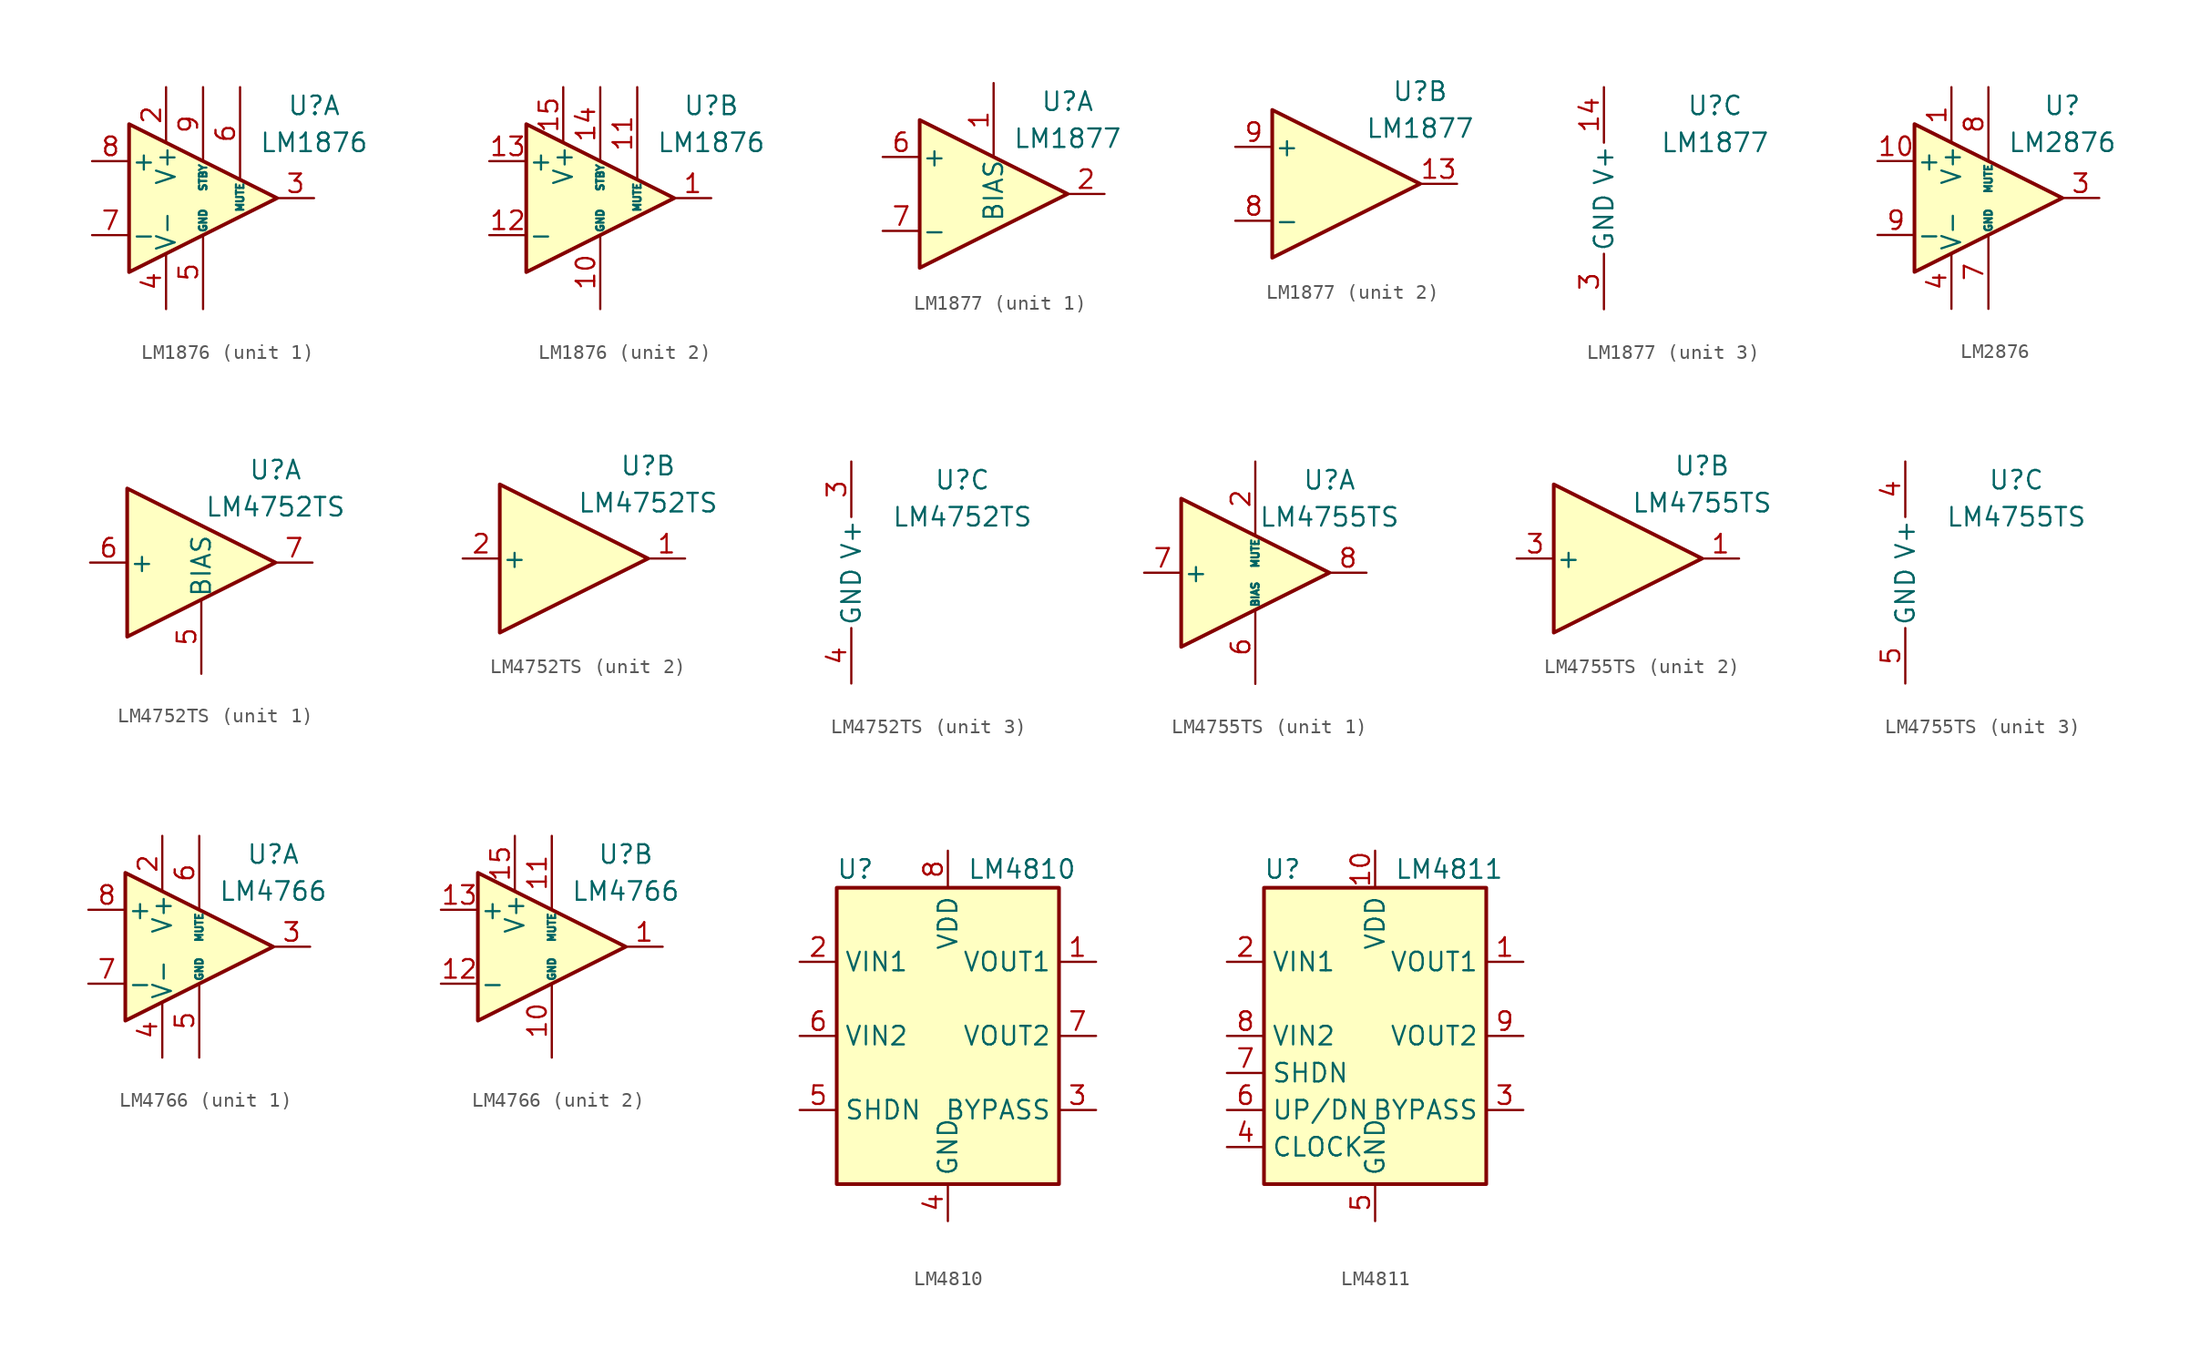
<source format=kicad_sym>
(kicad_symbol_lib
  (version 20241209)
  (generator "kicad_symbol_editor")
  (generator_version "9.0")
  (symbol "LM1876"
    (pin_names
      (offset 0.127))
    (property "Reference" "U"
      (at 7.62 6.35 0)
      (effects (font (size 1.27 1.27))))
    (property "Value" "LM1876"
      (at 7.62 3.81 0)
      (effects (font (size 1.27 1.27))))
    (property "ki_locked" ""
      (at 0 0 0)
      (effects (font (size 1.27 1.27))))
    (symbol "LM1876_0_1"
      (polyline (pts (xy -5.08 5.08) (xy 5.08 0) (xy -5.08 -5.08) (xy -5.08 5.08)) (stroke (width 0.254) (type default)) (fill (type background))))
    (symbol "LM1876_1_1"
      (pin input line (at -7.62 2.54 0) (length 2.54) (name "+" (effects (font (size 1.27 1.27)))) (number "8" (effects (font (size 1.27 1.27)))))
      (pin input line (at -7.62 -2.54 0) (length 2.54) (name "-" (effects (font (size 1.27 1.27)))) (number "7" (effects (font (size 1.27 1.27)))))
      (pin power_in line (at -2.54 7.62 270) (length 3.81) (name "V+" (effects (font (size 1.27 1.27)))) (number "2" (effects (font (size 1.27 1.27)))))
      (pin power_in line (at -2.54 -7.62 90) (length 3.81) (name "V-" (effects (font (size 1.27 1.27)))) (number "4" (effects (font (size 1.27 1.27)))))
      (pin input line (at 0 7.62 270) (length 5.08) (name "STBY" (effects (font (size 0.508 0.508)))) (number "9" (effects (font (size 1.27 1.27)))))
      (pin power_in line (at 0 -7.62 90) (length 5.08) (name "GND" (effects (font (size 0.508 0.508)))) (number "5" (effects (font (size 1.27 1.27)))))
      (pin input line (at 2.54 7.62 270) (length 6.35) (name "MUTE" (effects (font (size 0.508 0.508)))) (number "6" (effects (font (size 1.27 1.27)))))
      (pin output line (at 7.62 0 180) (length 2.54) (name "~" (effects (font (size 1.27 1.27)))) (number "3" (effects (font (size 1.27 1.27))))))
    (symbol "LM1876_2_1"
      (pin input line (at -7.62 2.54 0) (length 2.54) (name "+" (effects (font (size 1.27 1.27)))) (number "13" (effects (font (size 1.27 1.27)))))
      (pin input line (at -7.62 -2.54 0) (length 2.54) (name "-" (effects (font (size 1.27 1.27)))) (number "12" (effects (font (size 1.27 1.27)))))
      (pin power_in line (at -2.54 7.62 270) (length 3.81) (name "V+" (effects (font (size 1.27 1.27)))) (number "15" (effects (font (size 1.27 1.27)))))
      (pin input line (at 0 7.62 270) (length 5.08) (name "STBY" (effects (font (size 0.508 0.508)))) (number "14" (effects (font (size 1.27 1.27)))))
      (pin power_in line (at 0 -7.62 90) (length 5.08) (name "GND" (effects (font (size 0.508 0.508)))) (number "10" (effects (font (size 1.27 1.27)))))
      (pin input line (at 2.54 7.62 270) (length 6.35) (name "MUTE" (effects (font (size 0.508 0.508)))) (number "11" (effects (font (size 1.27 1.27)))))
      (pin output line (at 7.62 0 180) (length 2.54) (name "~" (effects (font (size 1.27 1.27)))) (number "1" (effects (font (size 1.27 1.27)))))))
  (symbol "LM1877"
    (pin_names
      (offset 0.127))
    (property "Reference" "U"
      (at 5.08 6.35 0)
      (effects (font (size 1.27 1.27))))
    (property "Value" "LM1877"
      (at 5.08 3.81 0)
      (effects (font (size 1.27 1.27))))
    (property "ki_locked" ""
      (at 0 0 0)
      (effects (font (size 1.27 1.27))))
    (symbol "LM1877_1_1"
      (polyline (pts (xy -5.08 5.08) (xy 5.08 0) (xy -5.08 -5.08) (xy -5.08 5.08)) (stroke (width 0.254) (type default)) (fill (type background)))
      (pin input line (at -7.62 2.54 0) (length 2.54) (name "+" (effects (font (size 1.27 1.27)))) (number "6" (effects (font (size 1.27 1.27)))))
      (pin input line (at -7.62 -2.54 0) (length 2.54) (name "-" (effects (font (size 1.27 1.27)))) (number "7" (effects (font (size 1.27 1.27)))))
      (pin input line (at 0 7.62 270) (length 5.08) (name "BIAS" (effects (font (size 1.27 1.27)))) (number "1" (effects (font (size 1.27 1.27)))))
      (pin output line (at 7.62 0 180) (length 2.54) (name "~" (effects (font (size 1.27 1.27)))) (number "2" (effects (font (size 1.27 1.27))))))
    (symbol "LM1877_2_1"
      (polyline (pts (xy -5.08 5.08) (xy 5.08 0) (xy -5.08 -5.08) (xy -5.08 5.08)) (stroke (width 0.254) (type default)) (fill (type background)))
      (pin input line (at -7.62 2.54 0) (length 2.54) (name "+" (effects (font (size 1.27 1.27)))) (number "9" (effects (font (size 1.27 1.27)))))
      (pin input line (at -7.62 -2.54 0) (length 2.54) (name "-" (effects (font (size 1.27 1.27)))) (number "8" (effects (font (size 1.27 1.27)))))
      (pin output line (at 7.62 0 180) (length 2.54) (name "~" (effects (font (size 1.27 1.27)))) (number "13" (effects (font (size 1.27 1.27))))))
    (symbol "LM1877_3_1"
      (pin power_in line (at -2.54 7.62 270) (length 3.81) (name "V+" (effects (font (size 1.27 1.27)))) (number "14" (effects (font (size 1.27 1.27)))))
      (pin passive line (at -2.54 -7.62 90) (length 3.81) (hide yes) (name "GND" (effects (font (size 1.27 1.27)))) (number "10" (effects (font (size 1.27 1.27)))))
      (pin passive line (at -2.54 -7.62 90) (length 3.81) (hide yes) (name "GND" (effects (font (size 1.27 1.27)))) (number "11" (effects (font (size 1.27 1.27)))))
      (pin passive line (at -2.54 -7.62 90) (length 3.81) (hide yes) (name "GND" (effects (font (size 1.27 1.27)))) (number "12" (effects (font (size 1.27 1.27)))))
      (pin power_in line (at -2.54 -7.62 90) (length 3.81) (name "GND" (effects (font (size 1.27 1.27)))) (number "3" (effects (font (size 1.27 1.27)))))
      (pin passive line (at -2.54 -7.62 90) (length 3.81) (hide yes) (name "GND" (effects (font (size 1.27 1.27)))) (number "4" (effects (font (size 1.27 1.27)))))
      (pin passive line (at -2.54 -7.62 90) (length 3.81) (hide yes) (name "GND" (effects (font (size 1.27 1.27)))) (number "5" (effects (font (size 1.27 1.27)))))))
  (symbol "LM2876"
    (pin_names
      (offset 0.127))
    (property "Reference" "U"
      (at 5.08 6.35 0)
      (effects (font (size 1.27 1.27))))
    (property "Value" "LM2876"
      (at 5.08 3.81 0)
      (effects (font (size 1.27 1.27))))
    (symbol "LM2876_0_1"
      (polyline (pts (xy -5.08 5.08) (xy 5.08 0) (xy -5.08 -5.08) (xy -5.08 5.08)) (stroke (width 0.254) (type default)) (fill (type background))))
    (symbol "LM2876_1_1"
      (pin input line (at -7.62 2.54 0) (length 2.54) (name "+" (effects (font (size 1.27 1.27)))) (number "10" (effects (font (size 1.27 1.27)))))
      (pin input line (at -7.62 -2.54 0) (length 2.54) (name "-" (effects (font (size 1.27 1.27)))) (number "9" (effects (font (size 1.27 1.27)))))
      (pin no_connect line (at -5.08 5.08 270) (length 2.54) (hide yes) (name "NC" (effects (font (size 1.27 1.27)))) (number "11" (effects (font (size 1.27 1.27)))))
      (pin no_connect line (at -5.08 -5.08 90) (length 2.54) (hide yes) (name "NC" (effects (font (size 1.27 1.27)))) (number "6" (effects (font (size 1.27 1.27)))))
      (pin power_in line (at -2.54 7.62 270) (length 3.81) (name "V+" (effects (font (size 1.27 1.27)))) (number "1" (effects (font (size 1.27 1.27)))))
      (pin no_connect line (at -2.54 3.81 270) (length 2.54) (hide yes) (name "NC" (effects (font (size 1.27 1.27)))) (number "2" (effects (font (size 1.27 1.27)))))
      (pin no_connect line (at -2.54 -3.81 270) (length 3.81) (hide yes) (name "NC" (effects (font (size 1.27 1.27)))) (number "5" (effects (font (size 1.27 1.27)))))
      (pin power_in line (at -2.54 -7.62 90) (length 3.81) (name "V-" (effects (font (size 1.27 1.27)))) (number "4" (effects (font (size 1.27 1.27)))))
      (pin input line (at 0 7.62 270) (length 5.08) (name "MUTE" (effects (font (size 0.508 0.508)))) (number "8" (effects (font (size 1.27 1.27)))))
      (pin power_in line (at 0 -7.62 90) (length 5.08) (name "GND" (effects (font (size 0.508 0.508)))) (number "7" (effects (font (size 1.27 1.27)))))
      (pin output line (at 7.62 0 180) (length 2.54) (name "~" (effects (font (size 1.27 1.27)))) (number "3" (effects (font (size 1.27 1.27)))))))
  (symbol "LM4752TS"
    (pin_names
      (offset 0.127))
    (property "Reference" "U"
      (at 5.08 6.35 0)
      (effects (font (size 1.27 1.27))))
    (property "Value" "LM4752TS"
      (at 5.08 3.81 0)
      (effects (font (size 1.27 1.27))))
    (property "ki_locked" ""
      (at 0 0 0)
      (effects (font (size 1.27 1.27))))
    (symbol "LM4752TS_1_1"
      (polyline (pts (xy -5.08 5.08) (xy 5.08 0) (xy -5.08 -5.08) (xy -5.08 5.08)) (stroke (width 0.254) (type default)) (fill (type background)))
      (pin input line (at -7.62 0 0) (length 2.54) (name "+" (effects (font (size 1.27 1.27)))) (number "6" (effects (font (size 1.27 1.27)))))
      (pin input line (at 0 -7.62 90) (length 5.08) (name "BIAS" (effects (font (size 1.27 1.27)))) (number "5" (effects (font (size 1.27 1.27)))))
      (pin output line (at 7.62 0 180) (length 2.54) (name "~" (effects (font (size 1.27 1.27)))) (number "7" (effects (font (size 1.27 1.27))))))
    (symbol "LM4752TS_2_1"
      (polyline (pts (xy -5.08 5.08) (xy 5.08 0) (xy -5.08 -5.08) (xy -5.08 5.08)) (stroke (width 0.254) (type default)) (fill (type background)))
      (pin input line (at -7.62 0 0) (length 2.54) (name "+" (effects (font (size 1.27 1.27)))) (number "2" (effects (font (size 1.27 1.27)))))
      (pin output line (at 7.62 0 180) (length 2.54) (name "~" (effects (font (size 1.27 1.27)))) (number "1" (effects (font (size 1.27 1.27))))))
    (symbol "LM4752TS_3_1"
      (pin power_in line (at -2.54 7.62 270) (length 3.81) (name "V+" (effects (font (size 1.27 1.27)))) (number "3" (effects (font (size 1.27 1.27)))))
      (pin power_in line (at -2.54 -7.62 90) (length 3.81) (name "GND" (effects (font (size 1.27 1.27)))) (number "4" (effects (font (size 1.27 1.27)))))))
  (symbol "LM4755TS"
    (pin_names
      (offset 0.127))
    (property "Reference" "U"
      (at 5.08 6.35 0)
      (effects (font (size 1.27 1.27))))
    (property "Value" "LM4755TS"
      (at 5.08 3.81 0)
      (effects (font (size 1.27 1.27))))
    (property "ki_locked" ""
      (at 0 0 0)
      (effects (font (size 1.27 1.27))))
    (symbol "LM4755TS_1_1"
      (polyline (pts (xy -5.08 5.08) (xy 5.08 0) (xy -5.08 -5.08) (xy -5.08 5.08)) (stroke (width 0.254) (type default)) (fill (type background)))
      (pin input line (at -7.62 0 0) (length 2.54) (name "+" (effects (font (size 1.27 1.27)))) (number "7" (effects (font (size 1.27 1.27)))))
      (pin input line (at 0 7.62 270) (length 5.08) (name "MUTE" (effects (font (size 0.508 0.508)))) (number "2" (effects (font (size 1.27 1.27)))))
      (pin no_connect line (at 0 2.54 270) (length 2.54) (hide yes) (name "NC" (effects (font (size 1.27 1.27)))) (number "9" (effects (font (size 1.27 1.27)))))
      (pin input line (at 0 -7.62 90) (length 5.08) (name "BIAS" (effects (font (size 0.508 0.508)))) (number "6" (effects (font (size 1.27 1.27)))))
      (pin output line (at 7.62 0 180) (length 2.54) (name "~" (effects (font (size 1.27 1.27)))) (number "8" (effects (font (size 1.27 1.27))))))
    (symbol "LM4755TS_2_1"
      (polyline (pts (xy -5.08 5.08) (xy 5.08 0) (xy -5.08 -5.08) (xy -5.08 5.08)) (stroke (width 0.254) (type default)) (fill (type background)))
      (pin input line (at -7.62 0 0) (length 2.54) (name "+" (effects (font (size 1.27 1.27)))) (number "3" (effects (font (size 1.27 1.27)))))
      (pin output line (at 7.62 0 180) (length 2.54) (name "~" (effects (font (size 1.27 1.27)))) (number "1" (effects (font (size 1.27 1.27))))))
    (symbol "LM4755TS_3_1"
      (pin power_in line (at -2.54 7.62 270) (length 3.81) (name "V+" (effects (font (size 1.27 1.27)))) (number "4" (effects (font (size 1.27 1.27)))))
      (pin power_in line (at -2.54 -7.62 90) (length 3.81) (name "GND" (effects (font (size 1.27 1.27)))) (number "5" (effects (font (size 1.27 1.27)))))))
  (symbol "LM4766"
    (pin_names
      (offset 0.127))
    (property "Reference" "U"
      (at 5.08 6.35 0)
      (effects (font (size 1.27 1.27))))
    (property "Value" "LM4766"
      (at 5.08 3.81 0)
      (effects (font (size 1.27 1.27))))
    (property "ki_locked" ""
      (at 0 0 0)
      (effects (font (size 1.27 1.27))))
    (symbol "LM4766_0_1"
      (polyline (pts (xy -5.08 5.08) (xy 5.08 0) (xy -5.08 -5.08) (xy -5.08 5.08)) (stroke (width 0.254) (type default)) (fill (type background))))
    (symbol "LM4766_1_1"
      (pin input line (at -7.62 2.54 0) (length 2.54) (name "+" (effects (font (size 1.27 1.27)))) (number "8" (effects (font (size 1.27 1.27)))))
      (pin input line (at -7.62 -2.54 0) (length 2.54) (name "-" (effects (font (size 1.27 1.27)))) (number "7" (effects (font (size 1.27 1.27)))))
      (pin power_in line (at -2.54 7.62 270) (length 3.81) (name "V+" (effects (font (size 1.27 1.27)))) (number "2" (effects (font (size 1.27 1.27)))))
      (pin power_in line (at -2.54 -7.62 90) (length 3.81) (name "V-" (effects (font (size 1.27 1.27)))) (number "4" (effects (font (size 1.27 1.27)))))
      (pin input line (at 0 7.62 270) (length 5.08) (name "MUTE" (effects (font (size 0.508 0.508)))) (number "6" (effects (font (size 1.27 1.27)))))
      (pin no_connect line (at 0 2.54 270) (length 2.54) (hide yes) (name "NC" (effects (font (size 1.27 1.27)))) (number "9" (effects (font (size 1.27 1.27)))))
      (pin power_in line (at 0 -7.62 90) (length 5.08) (name "GND" (effects (font (size 0.508 0.508)))) (number "5" (effects (font (size 1.27 1.27)))))
      (pin output line (at 7.62 0 180) (length 2.54) (name "~" (effects (font (size 1.27 1.27)))) (number "3" (effects (font (size 1.27 1.27))))))
    (symbol "LM4766_2_1"
      (pin input line (at -7.62 2.54 0) (length 2.54) (name "+" (effects (font (size 1.27 1.27)))) (number "13" (effects (font (size 1.27 1.27)))))
      (pin input line (at -7.62 -2.54 0) (length 2.54) (name "-" (effects (font (size 1.27 1.27)))) (number "12" (effects (font (size 1.27 1.27)))))
      (pin power_in line (at -2.54 7.62 270) (length 3.81) (name "V+" (effects (font (size 1.27 1.27)))) (number "15" (effects (font (size 1.27 1.27)))))
      (pin input line (at 0 7.62 270) (length 5.08) (name "MUTE" (effects (font (size 0.508 0.508)))) (number "11" (effects (font (size 1.27 1.27)))))
      (pin no_connect line (at 0 2.54 270) (length 2.54) (hide yes) (name "NC" (effects (font (size 1.27 1.27)))) (number "14" (effects (font (size 1.27 1.27)))))
      (pin power_in line (at 0 -7.62 90) (length 5.08) (name "GND" (effects (font (size 0.508 0.508)))) (number "10" (effects (font (size 1.27 1.27)))))
      (pin output line (at 7.62 0 180) (length 2.54) (name "~" (effects (font (size 1.27 1.27)))) (number "1" (effects (font (size 1.27 1.27)))))))
  (symbol "LM4810"
    (property "Reference" "U"
      (at -6.35 11.43 0)
      (effects (font (size 1.27 1.27))))
    (property "Value" "LM4810"
      (at 5.08 11.43 0)
      (effects (font (size 1.27 1.27))))
    (symbol "LM4810_0_1"
      (rectangle (start -7.62 10.16) (end 7.62 -10.16) (stroke (width 0.254) (type default)) (fill (type background))))
    (symbol "LM4810_1_1"
      (pin input line (at -10.16 5.08 0) (length 2.54) (name "VIN1" (effects (font (size 1.27 1.27)))) (number "2" (effects (font (size 1.27 1.27)))))
      (pin input line (at -10.16 0 0) (length 2.54) (name "VIN2" (effects (font (size 1.27 1.27)))) (number "6" (effects (font (size 1.27 1.27)))))
      (pin input line (at -10.16 -5.08 0) (length 2.54) (name "SHDN" (effects (font (size 1.27 1.27)))) (number "5" (effects (font (size 1.27 1.27)))))
      (pin power_in line (at 0 12.7 270) (length 2.54) (name "VDD" (effects (font (size 1.27 1.27)))) (number "8" (effects (font (size 1.27 1.27)))))
      (pin power_in line (at 0 -12.7 90) (length 2.54) (name "GND" (effects (font (size 1.27 1.27)))) (number "4" (effects (font (size 1.27 1.27)))))
      (pin output line (at 10.16 5.08 180) (length 2.54) (name "VOUT1" (effects (font (size 1.27 1.27)))) (number "1" (effects (font (size 1.27 1.27)))))
      (pin output line (at 10.16 0 180) (length 2.54) (name "VOUT2" (effects (font (size 1.27 1.27)))) (number "7" (effects (font (size 1.27 1.27)))))
      (pin passive line (at 10.16 -5.08 180) (length 2.54) (name "BYPASS" (effects (font (size 1.27 1.27)))) (number "3" (effects (font (size 1.27 1.27)))))))
  (symbol "LM4811"
    (property "Reference" "U"
      (at -6.35 11.43 0)
      (effects (font (size 1.27 1.27))))
    (property "Value" "LM4811"
      (at 5.08 11.43 0)
      (effects (font (size 1.27 1.27))))
    (symbol "LM4811_0_1"
      (rectangle (start -7.62 10.16) (end 7.62 -10.16) (stroke (width 0.254) (type default)) (fill (type background))))
    (symbol "LM4811_1_1"
      (pin input line (at -10.16 5.08 0) (length 2.54) (name "VIN1" (effects (font (size 1.27 1.27)))) (number "2" (effects (font (size 1.27 1.27)))))
      (pin input line (at -10.16 0 0) (length 2.54) (name "VIN2" (effects (font (size 1.27 1.27)))) (number "8" (effects (font (size 1.27 1.27)))))
      (pin input line (at -10.16 -2.54 0) (length 2.54) (name "SHDN" (effects (font (size 1.27 1.27)))) (number "7" (effects (font (size 1.27 1.27)))))
      (pin input line (at -10.16 -5.08 0) (length 2.54) (name "UP/DN" (effects (font (size 1.27 1.27)))) (number "6" (effects (font (size 1.27 1.27)))))
      (pin input line (at -10.16 -7.62 0) (length 2.54) (name "CLOCK" (effects (font (size 1.27 1.27)))) (number "4" (effects (font (size 1.27 1.27)))))
      (pin power_in line (at 0 12.7 270) (length 2.54) (name "VDD" (effects (font (size 1.27 1.27)))) (number "10" (effects (font (size 1.27 1.27)))))
      (pin power_in line (at 0 -12.7 90) (length 2.54) (name "GND" (effects (font (size 1.27 1.27)))) (number "5" (effects (font (size 1.27 1.27)))))
      (pin output line (at 10.16 5.08 180) (length 2.54) (name "VOUT1" (effects (font (size 1.27 1.27)))) (number "1" (effects (font (size 1.27 1.27)))))
      (pin output line (at 10.16 0 180) (length 2.54) (name "VOUT2" (effects (font (size 1.27 1.27)))) (number "9" (effects (font (size 1.27 1.27)))))
      (pin passive line (at 10.16 -5.08 180) (length 2.54) (name "BYPASS" (effects (font (size 1.27 1.27)))) (number "3" (effects (font (size 1.27 1.27))))))))
</source>
